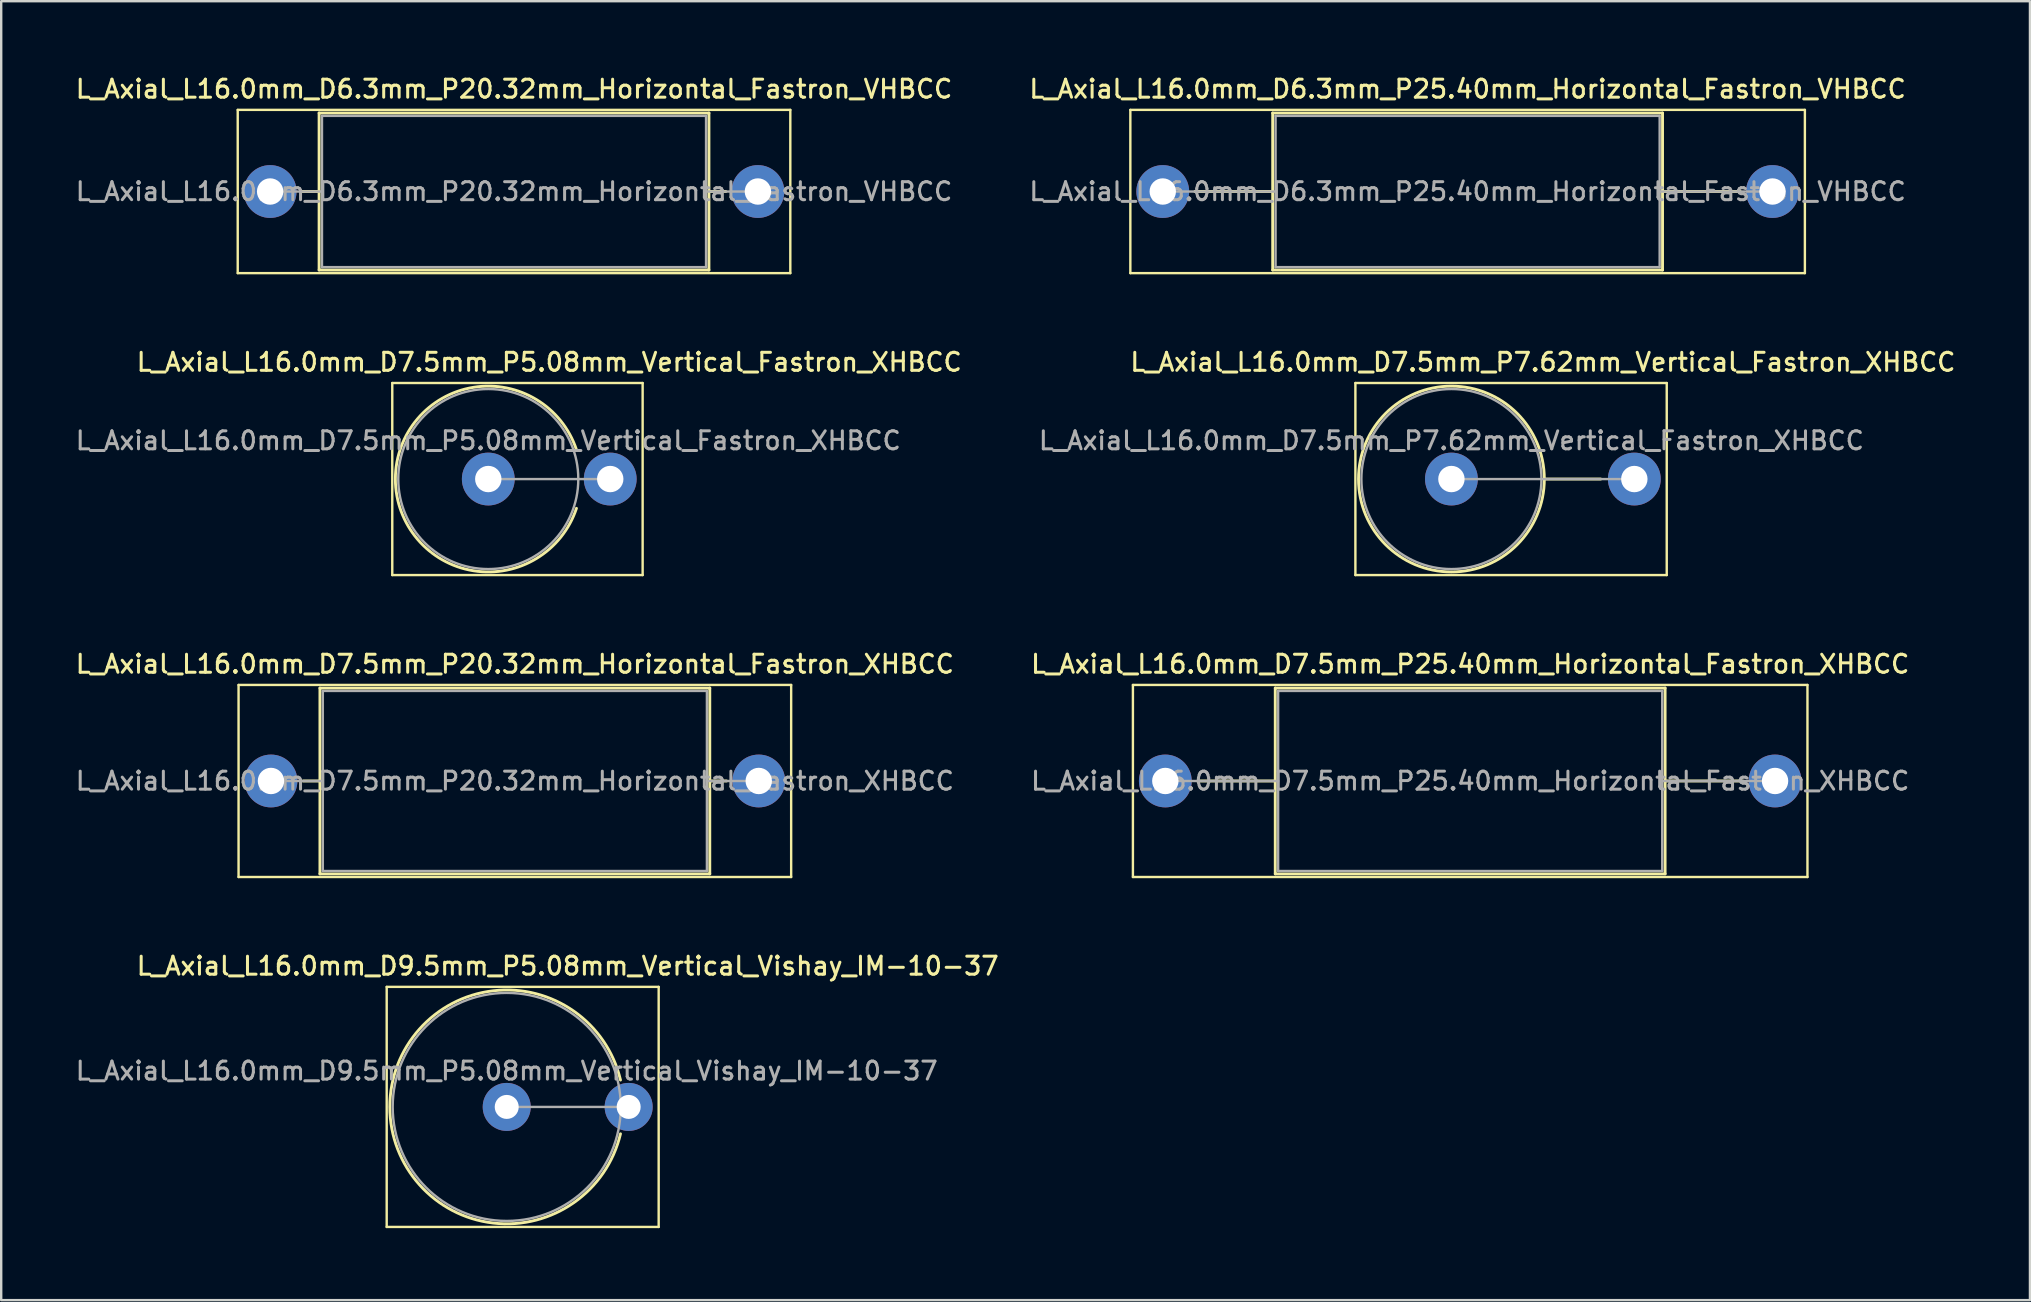
<source format=kicad_pcb>
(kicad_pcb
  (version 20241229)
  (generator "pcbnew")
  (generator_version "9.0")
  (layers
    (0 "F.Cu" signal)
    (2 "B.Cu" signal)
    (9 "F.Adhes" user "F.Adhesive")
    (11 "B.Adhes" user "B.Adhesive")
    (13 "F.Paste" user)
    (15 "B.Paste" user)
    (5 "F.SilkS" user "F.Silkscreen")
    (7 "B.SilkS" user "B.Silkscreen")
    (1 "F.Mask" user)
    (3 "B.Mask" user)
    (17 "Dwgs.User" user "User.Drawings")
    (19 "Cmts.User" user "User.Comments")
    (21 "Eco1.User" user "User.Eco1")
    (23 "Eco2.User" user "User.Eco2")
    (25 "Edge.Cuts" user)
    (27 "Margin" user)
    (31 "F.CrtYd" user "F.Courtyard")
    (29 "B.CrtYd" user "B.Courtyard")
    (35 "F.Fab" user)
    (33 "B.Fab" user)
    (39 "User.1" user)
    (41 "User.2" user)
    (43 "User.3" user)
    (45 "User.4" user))
  (footprint "L_Axial_L16.0mm_D9.5mm_P5.08mm_Vertical_Vishay_IM-10-37"
    (layer "F.Cu")
    (at 18.059 43.062)
    (property "Reference" "L_Axial_L16.0mm_D9.5mm_P5.08mm_Vertical_Vishay_IM-10-37" (at 2.54 -5.87 0) (layer "F.SilkS") (effects (font (size 0.75 0.75) (thickness 0.125))))
    (attr through_hole)
    (fp_line (start -5 -5) (end -5 5) (stroke (width 0.1) (type solid)) (layer "F.SilkS"))
    (fp_line (start -5 5) (end 6.33 5) (stroke (width 0.1) (type solid)) (layer "F.SilkS"))
    (fp_line (start 6.33 -5) (end -5 -5) (stroke (width 0.1) (type solid)) (layer "F.SilkS"))
    (fp_line (start 6.33 5) (end 6.33 -5) (stroke (width 0.1) (type solid)) (layer "F.SilkS"))
    (fp_arc (start 4.739462 1.12) (mid -4.87 0) (end 4.739462 -1.12) (stroke (width 0.12) (type solid)) (layer "F.SilkS"))
    (fp_line (start 0 0) (end 5.08 0) (stroke (width 0.1) (type solid)) (layer "F.Fab"))
    (fp_circle (center 0 0) (end 4.75 0) (stroke (width 0.1) (type solid)) (fill no) (layer "F.Fab"))
    (fp_text user "${REFERENCE}" (at 0 -1.5 0) (layer "F.Fab") (effects (font (size 0.75 0.75) (thickness 0.125))))
    (pad "1" thru_hole circle (at 0 0) (size 2 2) (drill 1) (layers "*.Cu" "*.Mask"))
    (pad "2" thru_hole oval (at 5.08 0) (size 2 2) (drill 1) (layers "*.Cu" "*.Mask")))
  (footprint "L_Axial_L16.0mm_D7.5mm_P25.40mm_Horizontal_Fastron_XHBCC"
    (layer "F.Cu")
    (at 45.495 29.484)
    (property "Reference" "L_Axial_L16.0mm_D7.5mm_P25.40mm_Horizontal_Fastron_XHBCC" (at 12.7 -4.87 0) (layer "F.SilkS") (effects (font (size 0.75 0.75) (thickness 0.125))))
    (attr through_hole)
    (fp_line (start -1.35 -4) (end -1.35 4) (stroke (width 0.1) (type solid)) (layer "F.SilkS"))
    (fp_line (start -1.35 4) (end 26.75 4) (stroke (width 0.1) (type solid)) (layer "F.SilkS"))
    (fp_line (start 1.34 0) (end 4.58 0) (stroke (width 0.12) (type solid)) (layer "F.SilkS"))
    (fp_line (start 4.58 -3.87) (end 4.58 3.87) (stroke (width 0.12) (type solid)) (layer "F.SilkS"))
    (fp_line (start 4.58 3.87) (end 20.82 3.87) (stroke (width 0.12) (type solid)) (layer "F.SilkS"))
    (fp_line (start 20.82 -3.87) (end 4.58 -3.87) (stroke (width 0.12) (type solid)) (layer "F.SilkS"))
    (fp_line (start 20.82 3.87) (end 20.82 -3.87) (stroke (width 0.12) (type solid)) (layer "F.SilkS"))
    (fp_line (start 24.06 0) (end 20.82 0) (stroke (width 0.12) (type solid)) (layer "F.SilkS"))
    (fp_line (start 26.75 -4) (end -1.35 -4) (stroke (width 0.1) (type solid)) (layer "F.SilkS"))
    (fp_line (start 26.75 4) (end 26.75 -4) (stroke (width 0.1) (type solid)) (layer "F.SilkS"))
    (fp_line (start 0 0) (end 4.7 0) (stroke (width 0.1) (type solid)) (layer "F.Fab"))
    (fp_line (start 4.7 -3.75) (end 4.7 3.75) (stroke (width 0.1) (type solid)) (layer "F.Fab"))
    (fp_line (start 4.7 3.75) (end 20.7 3.75) (stroke (width 0.1) (type solid)) (layer "F.Fab"))
    (fp_line (start 20.7 -3.75) (end 4.7 -3.75) (stroke (width 0.1) (type solid)) (layer "F.Fab"))
    (fp_line (start 20.7 3.75) (end 20.7 -3.75) (stroke (width 0.1) (type solid)) (layer "F.Fab"))
    (fp_line (start 25.4 0) (end 20.7 0) (stroke (width 0.1) (type solid)) (layer "F.Fab"))
    (fp_text user "${REFERENCE}" (at 12.7 0 0) (layer "F.Fab") (effects (font (size 0.75 0.75) (thickness 0.125))))
    (pad "1" thru_hole circle (at 0 0) (size 2.2 2.2) (drill 1.1) (layers "*.Cu" "*.Mask"))
    (pad "2" thru_hole oval (at 25.4 0) (size 2.2 2.2) (drill 1.1) (layers "*.Cu" "*.Mask")))
  (footprint "L_Axial_L16.0mm_D6.3mm_P20.32mm_Horizontal_Fastron_VHBCC"
    (layer "F.Cu")
    (at 8.203 4.928)
    (property "Reference" "L_Axial_L16.0mm_D6.3mm_P20.32mm_Horizontal_Fastron_VHBCC" (at 10.16 -4.27 0) (layer "F.SilkS") (effects (font (size 0.75 0.75) (thickness 0.125))))
    (attr through_hole)
    (fp_line (start -1.35 -3.4) (end -1.35 3.4) (stroke (width 0.1) (type solid)) (layer "F.SilkS"))
    (fp_line (start -1.35 3.4) (end 21.67 3.4) (stroke (width 0.1) (type solid)) (layer "F.SilkS"))
    (fp_line (start 1.34 0) (end 2.04 0) (stroke (width 0.12) (type solid)) (layer "F.SilkS"))
    (fp_line (start 2.04 -3.27) (end 2.04 3.27) (stroke (width 0.12) (type solid)) (layer "F.SilkS"))
    (fp_line (start 2.04 3.27) (end 18.28 3.27) (stroke (width 0.12) (type solid)) (layer "F.SilkS"))
    (fp_line (start 18.28 -3.27) (end 2.04 -3.27) (stroke (width 0.12) (type solid)) (layer "F.SilkS"))
    (fp_line (start 18.28 3.27) (end 18.28 -3.27) (stroke (width 0.12) (type solid)) (layer "F.SilkS"))
    (fp_line (start 18.98 0) (end 18.28 0) (stroke (width 0.12) (type solid)) (layer "F.SilkS"))
    (fp_line (start 21.67 -3.4) (end -1.35 -3.4) (stroke (width 0.1) (type solid)) (layer "F.SilkS"))
    (fp_line (start 21.67 3.4) (end 21.67 -3.4) (stroke (width 0.1) (type solid)) (layer "F.SilkS"))
    (fp_line (start 0 0) (end 2.16 0) (stroke (width 0.1) (type solid)) (layer "F.Fab"))
    (fp_line (start 2.16 -3.15) (end 2.16 3.15) (stroke (width 0.1) (type solid)) (layer "F.Fab"))
    (fp_line (start 2.16 3.15) (end 18.16 3.15) (stroke (width 0.1) (type solid)) (layer "F.Fab"))
    (fp_line (start 18.16 -3.15) (end 2.16 -3.15) (stroke (width 0.1) (type solid)) (layer "F.Fab"))
    (fp_line (start 18.16 3.15) (end 18.16 -3.15) (stroke (width 0.1) (type solid)) (layer "F.Fab"))
    (fp_line (start 20.32 0) (end 18.16 0) (stroke (width 0.1) (type solid)) (layer "F.Fab"))
    (fp_text user "${REFERENCE}" (at 10.16 0 0) (layer "F.Fab") (effects (font (size 0.75 0.75) (thickness 0.125))))
    (pad "1" thru_hole circle (at 0 0) (size 2.2 2.2) (drill 1.1) (layers "*.Cu" "*.Mask"))
    (pad "2" thru_hole oval (at 20.32 0) (size 2.2 2.2) (drill 1.1) (layers "*.Cu" "*.Mask")))
  (footprint "L_Axial_L16.0mm_D6.3mm_P25.40mm_Horizontal_Fastron_VHBCC"
    (layer "F.Cu")
    (at 45.388 4.928)
    (property "Reference" "L_Axial_L16.0mm_D6.3mm_P25.40mm_Horizontal_Fastron_VHBCC" (at 12.7 -4.27 0) (layer "F.SilkS") (effects (font (size 0.75 0.75) (thickness 0.125))))
    (attr through_hole)
    (fp_line (start -1.35 -3.4) (end -1.35 3.4) (stroke (width 0.1) (type solid)) (layer "F.SilkS"))
    (fp_line (start -1.35 3.4) (end 26.75 3.4) (stroke (width 0.1) (type solid)) (layer "F.SilkS"))
    (fp_line (start 1.34 0) (end 4.58 0) (stroke (width 0.12) (type solid)) (layer "F.SilkS"))
    (fp_line (start 4.58 -3.27) (end 4.58 3.27) (stroke (width 0.12) (type solid)) (layer "F.SilkS"))
    (fp_line (start 4.58 3.27) (end 20.82 3.27) (stroke (width 0.12) (type solid)) (layer "F.SilkS"))
    (fp_line (start 20.82 -3.27) (end 4.58 -3.27) (stroke (width 0.12) (type solid)) (layer "F.SilkS"))
    (fp_line (start 20.82 3.27) (end 20.82 -3.27) (stroke (width 0.12) (type solid)) (layer "F.SilkS"))
    (fp_line (start 24.06 0) (end 20.82 0) (stroke (width 0.12) (type solid)) (layer "F.SilkS"))
    (fp_line (start 26.75 -3.4) (end -1.35 -3.4) (stroke (width 0.1) (type solid)) (layer "F.SilkS"))
    (fp_line (start 26.75 3.4) (end 26.75 -3.4) (stroke (width 0.1) (type solid)) (layer "F.SilkS"))
    (fp_line (start 0 0) (end 4.7 0) (stroke (width 0.1) (type solid)) (layer "F.Fab"))
    (fp_line (start 4.7 -3.15) (end 4.7 3.15) (stroke (width 0.1) (type solid)) (layer "F.Fab"))
    (fp_line (start 4.7 3.15) (end 20.7 3.15) (stroke (width 0.1) (type solid)) (layer "F.Fab"))
    (fp_line (start 20.7 -3.15) (end 4.7 -3.15) (stroke (width 0.1) (type solid)) (layer "F.Fab"))
    (fp_line (start 20.7 3.15) (end 20.7 -3.15) (stroke (width 0.1) (type solid)) (layer "F.Fab"))
    (fp_line (start 25.4 0) (end 20.7 0) (stroke (width 0.1) (type solid)) (layer "F.Fab"))
    (fp_text user "${REFERENCE}" (at 12.7 0 0) (layer "F.Fab") (effects (font (size 0.75 0.75) (thickness 0.125))))
    (pad "1" thru_hole circle (at 0 0) (size 2.2 2.2) (drill 1.1) (layers "*.Cu" "*.Mask"))
    (pad "2" thru_hole oval (at 25.4 0) (size 2.2 2.2) (drill 1.1) (layers "*.Cu" "*.Mask")))
  (footprint "L_Axial_L16.0mm_D7.5mm_P20.32mm_Horizontal_Fastron_XHBCC"
    (layer "F.Cu")
    (at 8.238 29.484)
    (property "Reference" "L_Axial_L16.0mm_D7.5mm_P20.32mm_Horizontal_Fastron_XHBCC" (at 10.16 -4.87 0) (layer "F.SilkS") (effects (font (size 0.75 0.75) (thickness 0.125))))
    (attr through_hole)
    (fp_line (start -1.35 -4) (end -1.35 4) (stroke (width 0.1) (type solid)) (layer "F.SilkS"))
    (fp_line (start -1.35 4) (end 21.67 4) (stroke (width 0.1) (type solid)) (layer "F.SilkS"))
    (fp_line (start 1.34 0) (end 2.04 0) (stroke (width 0.12) (type solid)) (layer "F.SilkS"))
    (fp_line (start 2.04 -3.87) (end 2.04 3.87) (stroke (width 0.12) (type solid)) (layer "F.SilkS"))
    (fp_line (start 2.04 3.87) (end 18.28 3.87) (stroke (width 0.12) (type solid)) (layer "F.SilkS"))
    (fp_line (start 18.28 -3.87) (end 2.04 -3.87) (stroke (width 0.12) (type solid)) (layer "F.SilkS"))
    (fp_line (start 18.28 3.87) (end 18.28 -3.87) (stroke (width 0.12) (type solid)) (layer "F.SilkS"))
    (fp_line (start 18.98 0) (end 18.28 0) (stroke (width 0.12) (type solid)) (layer "F.SilkS"))
    (fp_line (start 21.67 -4) (end -1.35 -4) (stroke (width 0.1) (type solid)) (layer "F.SilkS"))
    (fp_line (start 21.67 4) (end 21.67 -4) (stroke (width 0.1) (type solid)) (layer "F.SilkS"))
    (fp_line (start 0 0) (end 2.16 0) (stroke (width 0.1) (type solid)) (layer "F.Fab"))
    (fp_line (start 2.16 -3.75) (end 2.16 3.75) (stroke (width 0.1) (type solid)) (layer "F.Fab"))
    (fp_line (start 2.16 3.75) (end 18.16 3.75) (stroke (width 0.1) (type solid)) (layer "F.Fab"))
    (fp_line (start 18.16 -3.75) (end 2.16 -3.75) (stroke (width 0.1) (type solid)) (layer "F.Fab"))
    (fp_line (start 18.16 3.75) (end 18.16 -3.75) (stroke (width 0.1) (type solid)) (layer "F.Fab"))
    (fp_line (start 20.32 0) (end 18.16 0) (stroke (width 0.1) (type solid)) (layer "F.Fab"))
    (fp_text user "${REFERENCE}" (at 10.16 0 0) (layer "F.Fab") (effects (font (size 0.75 0.75) (thickness 0.125))))
    (pad "1" thru_hole circle (at 0 0) (size 2.2 2.2) (drill 1.1) (layers "*.Cu" "*.Mask"))
    (pad "2" thru_hole oval (at 20.32 0) (size 2.2 2.2) (drill 1.1) (layers "*.Cu" "*.Mask")))
  (footprint "L_Axial_L16.0mm_D7.5mm_P7.62mm_Vertical_Fastron_XHBCC"
    (layer "F.Cu")
    (at 57.413 16.906)
    (property "Reference" "L_Axial_L16.0mm_D7.5mm_P7.62mm_Vertical_Fastron_XHBCC" (at 3.81 -4.87 0) (layer "F.SilkS") (effects (font (size 0.75 0.75) (thickness 0.125))))
    (attr through_hole)
    (fp_line (start -4 -4) (end -4 4) (stroke (width 0.1) (type solid)) (layer "F.SilkS"))
    (fp_line (start -4 4) (end 8.97 4) (stroke (width 0.1) (type solid)) (layer "F.SilkS"))
    (fp_line (start 3.87 0) (end 6.22 0) (stroke (width 0.12) (type solid)) (layer "F.SilkS"))
    (fp_line (start 8.97 -4) (end -4 -4) (stroke (width 0.1) (type solid)) (layer "F.SilkS"))
    (fp_line (start 8.97 4) (end 8.97 -4) (stroke (width 0.1) (type solid)) (layer "F.SilkS"))
    (fp_circle (center 0 0) (end 3.87 0) (stroke (width 0.12) (type solid)) (fill no) (layer "F.SilkS"))
    (fp_line (start 0 0) (end 7.62 0) (stroke (width 0.1) (type solid)) (layer "F.Fab"))
    (fp_circle (center 0 0) (end 3.75 0) (stroke (width 0.1) (type solid)) (fill no) (layer "F.Fab"))
    (fp_text user "${REFERENCE}" (at 0 -1.6 0) (layer "F.Fab") (effects (font (size 0.75 0.75) (thickness 0.125))))
    (pad "1" thru_hole circle (at 0 0) (size 2.2 2.2) (drill 1.1) (layers "*.Cu" "*.Mask"))
    (pad "2" thru_hole oval (at 7.62 0) (size 2.2 2.2) (drill 1.1) (layers "*.Cu" "*.Mask")))
  (footprint "L_Axial_L16.0mm_D7.5mm_P5.08mm_Vertical_Fastron_XHBCC"
    (layer "F.Cu")
    (at 17.291 16.906)
    (property "Reference" "L_Axial_L16.0mm_D7.5mm_P5.08mm_Vertical_Fastron_XHBCC" (at 2.54 -4.87 0) (layer "F.SilkS") (effects (font (size 0.75 0.75) (thickness 0.125))))
    (attr through_hole)
    (fp_line (start -4 -4) (end -4 4) (stroke (width 0.1) (type solid)) (layer "F.SilkS"))
    (fp_line (start -4 4) (end 6.43 4) (stroke (width 0.1) (type solid)) (layer "F.SilkS"))
    (fp_line (start 6.43 -4) (end -4 -4) (stroke (width 0.1) (type solid)) (layer "F.SilkS"))
    (fp_line (start 6.43 4) (end 6.43 -4) (stroke (width 0.1) (type solid)) (layer "F.SilkS"))
    (fp_arc (start 3.672669 1.22) (mid -3.87 0) (end 3.672669 -1.22) (stroke (width 0.12) (type solid)) (layer "F.SilkS"))
    (fp_line (start 0 0) (end 5.08 0) (stroke (width 0.1) (type solid)) (layer "F.Fab"))
    (fp_circle (center 0 0) (end 3.75 0) (stroke (width 0.1) (type solid)) (fill no) (layer "F.Fab"))
    (fp_text user "${REFERENCE}" (at 0 -1.6 0) (layer "F.Fab") (effects (font (size 0.75 0.75) (thickness 0.125))))
    (pad "1" thru_hole circle (at 0 0) (size 2.2 2.2) (drill 1.1) (layers "*.Cu" "*.Mask"))
    (pad "2" thru_hole oval (at 5.08 0) (size 2.2 2.2) (drill 1.1) (layers "*.Cu" "*.Mask")))
  (gr_rect
    (start -3 -3)
    (end 81.514 51.112)
    (stroke (width 0.1) (type default))
    (fill no)
    (layer "Edge.Cuts")))
</source>
